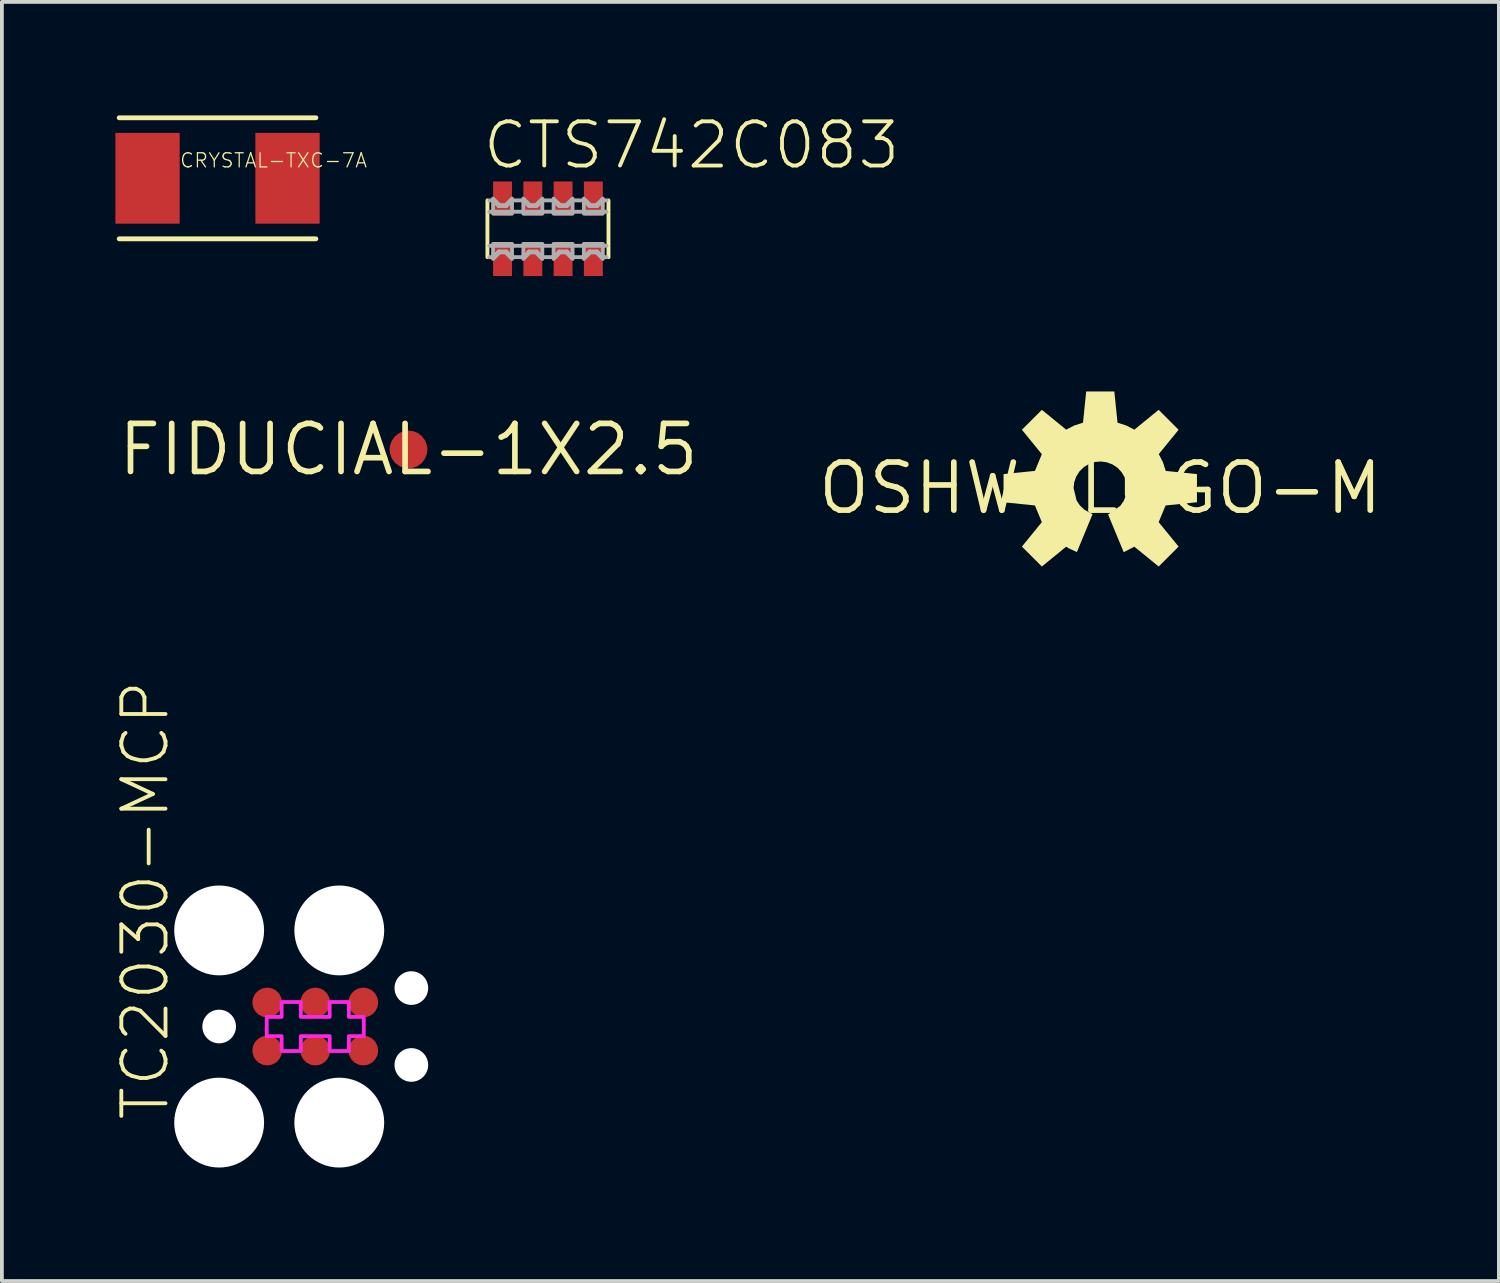
<source format=kicad_pcb>
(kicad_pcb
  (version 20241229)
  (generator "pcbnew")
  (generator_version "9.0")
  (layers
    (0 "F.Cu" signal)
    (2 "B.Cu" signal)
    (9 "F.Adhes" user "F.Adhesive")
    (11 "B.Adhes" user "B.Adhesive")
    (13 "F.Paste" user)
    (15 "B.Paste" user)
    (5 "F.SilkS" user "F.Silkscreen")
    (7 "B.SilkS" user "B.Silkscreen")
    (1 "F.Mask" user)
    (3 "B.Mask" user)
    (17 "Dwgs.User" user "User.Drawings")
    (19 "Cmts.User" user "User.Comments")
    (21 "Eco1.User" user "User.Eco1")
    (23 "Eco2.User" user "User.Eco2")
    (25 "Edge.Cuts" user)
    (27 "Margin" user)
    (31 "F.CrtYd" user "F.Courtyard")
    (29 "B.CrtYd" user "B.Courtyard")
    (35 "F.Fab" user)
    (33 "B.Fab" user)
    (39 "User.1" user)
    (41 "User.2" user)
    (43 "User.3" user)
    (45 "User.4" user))
  (footprint "FIDUCIAL-1X2.5"
    (layer "F.Cu")
    (at 7.748 8.832)
    (property "Reference" "FIDUCIAL-1X2.5" (at 0 0 0) (layer "F.SilkS") (effects (font (size 1.27 1.27) (thickness 0.15))))
    (fp_circle (center 0 0) (end 0.9 0) (stroke (width 1.27) (type solid)) (fill no) (layer "F.Mask"))
    (pad "1" smd roundrect (at 0 0) (size 1 1) (layers "F.Cu" "F.Mask") (roundrect_rratio 0.5)))
  (footprint "CTS742C083"
    (layer "F.Cu")
    (at 11.434 2.997)
    (property "Reference" "CTS742C083" (at -1.778 -1.524 0) (layer "F.SilkS") (effects (font (size 1.168 1.168) (thickness 0.102)) (justify left bottom)))
    (fp_poly (pts (xy -1.5 1.3) (xy -0.9 1.3) (xy -0.9 0.3) (xy -1.5 0.3)) (stroke (width 0) (type solid)) (fill yes) (layer "F.Mask"))
    (fp_poly (pts (xy -0.9 -1.3) (xy -1.5 -1.3) (xy -1.5 -0.3) (xy -0.9 -0.3)) (stroke (width 0) (type solid)) (fill yes) (layer "F.Mask"))
    (fp_poly (pts (xy -0.7 1.3) (xy -0.1 1.3) (xy -0.1 0.3) (xy -0.7 0.3)) (stroke (width 0) (type solid)) (fill yes) (layer "F.Mask"))
    (fp_poly (pts (xy -0.1 -1.3) (xy -0.7 -1.3) (xy -0.7 -0.3) (xy -0.1 -0.3)) (stroke (width 0) (type solid)) (fill yes) (layer "F.Mask"))
    (fp_poly (pts (xy 0.1 1.3) (xy 0.7 1.3) (xy 0.7 0.3) (xy 0.1 0.3)) (stroke (width 0) (type solid)) (fill yes) (layer "F.Mask"))
    (fp_poly (pts (xy 0.7 -1.3) (xy 0.1 -1.3) (xy 0.1 -0.3) (xy 0.7 -0.3)) (stroke (width 0) (type solid)) (fill yes) (layer "F.Mask"))
    (fp_poly (pts (xy 0.9 1.3) (xy 1.5 1.3) (xy 1.5 0.3) (xy 0.9 0.3)) (stroke (width 0) (type solid)) (fill yes) (layer "F.Mask"))
    (fp_poly (pts (xy 1.5 -1.3) (xy 0.9 -1.3) (xy 0.9 -0.3) (xy 1.5 -0.3)) (stroke (width 0) (type solid)) (fill yes) (layer "F.Mask"))
    (fp_line (start -1.6 0.75) (end -1.6 -0.75) (stroke (width 0.102) (type solid)) (layer "F.SilkS"))
    (fp_line (start 1.6 -0.75) (end 1.6 0.75) (stroke (width 0.102) (type solid)) (layer "F.SilkS"))
    (fp_line (start -1.55 -0.75) (end -1.45 -0.75) (stroke (width 0.102) (type solid)) (layer "F.Fab"))
    (fp_line (start -1.55 -0.45) (end 1.55 -0.45) (stroke (width 0.102) (type solid)) (layer "F.Fab"))
    (fp_line (start -1.45 -0.75) (end -1.3 -0.6) (stroke (width 0.102) (type solid)) (layer "F.Fab"))
    (fp_line (start -1.45 0.75) (end -1.55 0.75) (stroke (width 0.102) (type solid)) (layer "F.Fab"))
    (fp_line (start -1.3 -0.6) (end -1.1 -0.6) (stroke (width 0.102) (type solid)) (layer "F.Fab"))
    (fp_line (start -1.3 0.6) (end -1.45 0.75) (stroke (width 0.102) (type solid)) (layer "F.Fab"))
    (fp_line (start -1.1 -0.6) (end -0.95 -0.75) (stroke (width 0.102) (type solid)) (layer "F.Fab"))
    (fp_line (start -1.1 0.6) (end -1.3 0.6) (stroke (width 0.102) (type solid)) (layer "F.Fab"))
    (fp_line (start -0.95 -0.75) (end -0.65 -0.75) (stroke (width 0.102) (type solid)) (layer "F.Fab"))
    (fp_line (start -0.95 0.75) (end -1.1 0.6) (stroke (width 0.102) (type solid)) (layer "F.Fab"))
    (fp_line (start -0.65 -0.75) (end -0.5 -0.6) (stroke (width 0.102) (type solid)) (layer "F.Fab"))
    (fp_line (start -0.65 0.75) (end -0.95 0.75) (stroke (width 0.102) (type solid)) (layer "F.Fab"))
    (fp_line (start -0.5 -0.6) (end -0.3 -0.6) (stroke (width 0.102) (type solid)) (layer "F.Fab"))
    (fp_line (start -0.5 0.6) (end -0.65 0.75) (stroke (width 0.102) (type solid)) (layer "F.Fab"))
    (fp_line (start -0.3 -0.6) (end -0.15 -0.75) (stroke (width 0.102) (type solid)) (layer "F.Fab"))
    (fp_line (start -0.3 0.6) (end -0.5 0.6) (stroke (width 0.102) (type solid)) (layer "F.Fab"))
    (fp_line (start -0.15 -0.75) (end 0.15 -0.75) (stroke (width 0.102) (type solid)) (layer "F.Fab"))
    (fp_line (start -0.15 0.75) (end -0.3 0.6) (stroke (width 0.102) (type solid)) (layer "F.Fab"))
    (fp_line (start 0.15 -0.75) (end 0.3 -0.6) (stroke (width 0.102) (type solid)) (layer "F.Fab"))
    (fp_line (start 0.15 0.75) (end -0.15 0.75) (stroke (width 0.102) (type solid)) (layer "F.Fab"))
    (fp_line (start 0.3 -0.6) (end 0.5 -0.6) (stroke (width 0.102) (type solid)) (layer "F.Fab"))
    (fp_line (start 0.3 0.6) (end 0.15 0.75) (stroke (width 0.102) (type solid)) (layer "F.Fab"))
    (fp_line (start 0.5 -0.6) (end 0.65 -0.75) (stroke (width 0.102) (type solid)) (layer "F.Fab"))
    (fp_line (start 0.5 0.6) (end 0.3 0.6) (stroke (width 0.102) (type solid)) (layer "F.Fab"))
    (fp_line (start 0.65 -0.75) (end 0.95 -0.75) (stroke (width 0.102) (type solid)) (layer "F.Fab"))
    (fp_line (start 0.65 0.75) (end 0.5 0.6) (stroke (width 0.102) (type solid)) (layer "F.Fab"))
    (fp_line (start 0.95 -0.75) (end 1.1 -0.6) (stroke (width 0.102) (type solid)) (layer "F.Fab"))
    (fp_line (start 0.95 0.75) (end 0.65 0.75) (stroke (width 0.102) (type solid)) (layer "F.Fab"))
    (fp_line (start 1.1 -0.6) (end 1.3 -0.6) (stroke (width 0.102) (type solid)) (layer "F.Fab"))
    (fp_line (start 1.1 0.6) (end 0.95 0.75) (stroke (width 0.102) (type solid)) (layer "F.Fab"))
    (fp_line (start 1.3 -0.6) (end 1.45 -0.75) (stroke (width 0.102) (type solid)) (layer "F.Fab"))
    (fp_line (start 1.3 0.6) (end 1.1 0.6) (stroke (width 0.102) (type solid)) (layer "F.Fab"))
    (fp_line (start 1.45 -0.75) (end 1.55 -0.75) (stroke (width 0.102) (type solid)) (layer "F.Fab"))
    (fp_line (start 1.45 0.75) (end 1.3 0.6) (stroke (width 0.102) (type solid)) (layer "F.Fab"))
    (fp_line (start 1.55 0.45) (end -1.55 0.45) (stroke (width 0.102) (type solid)) (layer "F.Fab"))
    (fp_line (start 1.55 0.75) (end 1.45 0.75) (stroke (width 0.102) (type solid)) (layer "F.Fab"))
    (fp_poly (pts (xy -0.949 -0.399) (xy -1.451 -0.399) (xy -1.451 -0.798) (xy -1.279 -0.626) (xy -1.121 -0.626) (xy -0.949 -0.798)) (stroke (width 0.1) (type solid)) (fill no) (layer "F.Fab"))
    (fp_poly (pts (xy -0.949 0.798) (xy -1.121 0.626) (xy -1.279 0.626) (xy -1.451 0.798) (xy -1.451 0.399) (xy -0.949 0.399)) (stroke (width 0.1) (type solid)) (fill no) (layer "F.Fab"))
    (fp_poly (pts (xy -0.149 -0.399) (xy -0.651 -0.399) (xy -0.651 -0.798) (xy -0.479 -0.626) (xy -0.321 -0.626) (xy -0.149 -0.798)) (stroke (width 0.1) (type solid)) (fill no) (layer "F.Fab"))
    (fp_poly (pts (xy -0.149 0.798) (xy -0.321 0.626) (xy -0.479 0.626) (xy -0.651 0.798) (xy -0.651 0.399) (xy -0.149 0.399)) (stroke (width 0.1) (type solid)) (fill no) (layer "F.Fab"))
    (fp_poly (pts (xy 0.651 -0.399) (xy 0.149 -0.399) (xy 0.149 -0.798) (xy 0.321 -0.626) (xy 0.479 -0.626) (xy 0.651 -0.798)) (stroke (width 0.1) (type solid)) (fill no) (layer "F.Fab"))
    (fp_poly (pts (xy 0.651 0.798) (xy 0.479 0.626) (xy 0.321 0.626) (xy 0.149 0.798) (xy 0.149 0.399) (xy 0.651 0.399)) (stroke (width 0.1) (type solid)) (fill no) (layer "F.Fab"))
    (fp_poly (pts (xy 1.451 -0.399) (xy 0.949 -0.399) (xy 0.949 -0.798) (xy 1.121 -0.626) (xy 1.279 -0.626) (xy 1.451 -0.798)) (stroke (width 0.1) (type solid)) (fill no) (layer "F.Fab"))
    (fp_poly (pts (xy 1.451 0.798) (xy 1.279 0.626) (xy 1.121 0.626) (xy 0.949 0.798) (xy 0.949 0.399) (xy 1.451 0.399)) (stroke (width 0.1) (type solid)) (fill no) (layer "F.Fab"))
    (pad "1" smd rect (at -1.2 0.8) (size 0.5 0.9) (layers "F.Cu" "F.Paste"))
    (pad "2" smd rect (at -0.4 0.8) (size 0.5 0.9) (layers "F.Cu" "F.Paste"))
    (pad "3" smd rect (at 0.4 0.8) (size 0.5 0.9) (layers "F.Cu" "F.Paste"))
    (pad "4" smd rect (at 1.2 0.8) (size 0.5 0.9) (layers "F.Cu" "F.Paste"))
    (pad "5" smd rect (at 1.2 -0.8) (size 0.5 0.9) (layers "F.Cu" "F.Paste"))
    (pad "6" smd rect (at 0.4 -0.8) (size 0.5 0.9) (layers "F.Cu" "F.Paste"))
    (pad "7" smd rect (at -0.4 -0.8) (size 0.5 0.9) (layers "F.Cu" "F.Paste"))
    (pad "8" smd rect (at -1.2 -0.8) (size 0.5 0.9) (layers "F.Cu" "F.Paste")))
  (footprint "CRYSTAL-TXC-7A"
    (layer "F.Cu")
    (at 2.7 1.663)
    (property "Reference" "CRYSTAL-TXC-7A" (at -1.016 -0.254 0) (layer "F.SilkS") (effects (font (size 0.374 0.374) (thickness 0.033)) (justify left bottom)))
    (fp_line (start -2.6 -1.6) (end 2.6 -1.6) (stroke (width 0.127) (type solid)) (layer "F.SilkS"))
    (fp_line (start 2.6 1.6) (end -2.6 1.6) (stroke (width 0.127) (type solid)) (layer "F.SilkS"))
    (pad "P$1" smd rect (at 1.85 0) (size 1.7 2.4) (layers "F.Cu" "F.Mask" "F.Paste"))
    (pad "P$2" smd rect (at -1.85 0) (size 1.7 2.4) (layers "F.Cu" "F.Mask" "F.Paste")))
  (footprint "OSHW-LOGO-M"
    (layer "F.Cu")
    (at 26.033 9.854)
    (property "Reference" "OSHW-LOGO-M" (at 0 0 0) (layer "F.SilkS") (effects (font (size 1.27 1.27) (thickness 0.15))))
    (fp_poly (pts (xy 0.456 -1.731) (xy 0.687 -1.657) (xy 0.901 -1.547) (xy 1.544 -2.071) (xy 2.071 -1.544) (xy 1.547 -0.901) (xy 1.657 -0.687) (xy 1.731 -0.456) (xy 2.556 -0.372) (xy 2.556 0.372) (xy 1.727 0.457) (xy 1.544 0.898) (xy 2.071 1.544) (xy 1.544 2.071) (xy 0.901 1.547) (xy 0.62 1.692) (xy 0.207 0.695) (xy 0.532 0.464) (xy 0.621 0.336) (xy 0.68 0.187) (xy 0.705 0.029) (xy 0.694 -0.131) (xy 0.646 -0.284) (xy 0.566 -0.422) (xy 0.456 -0.539) (xy 0.323 -0.628) (xy 0.173 -0.684) (xy 0.015 -0.706) (xy -0.145 -0.691) (xy -0.297 -0.64) (xy -0.434 -0.557) (xy -0.548 -0.445) (xy -0.634 -0.31) (xy -0.688 -0.159) (xy -0.705 -0.005) (xy -0.626 0.324) (xy -0.537 0.458) (xy -0.415 0.571) (xy -0.204 0.689) (xy -0.618 1.689) (xy -0.821 1.595) (xy -0.903 1.548) (xy -1.544 2.071) (xy -2.071 1.544) (xy -1.544 0.898) (xy -1.727 0.457) (xy -2.556 0.372) (xy -2.556 -0.372) (xy -1.727 -0.457) (xy -1.544 -0.898) (xy -2.071 -1.544) (xy -1.544 -2.071) (xy -0.901 -1.547) (xy -0.687 -1.657) (xy -0.456 -1.731) (xy -0.372 -2.556) (xy 0.372 -2.556)) (stroke (width 0) (type solid)) (fill yes) (layer "F.SilkS")))
  (footprint "TC2030-MCP"
    (layer "F.Cu")
    (at 2.743 24.084)
    (property "Reference" "TC2030-MCP" (at -1.27 2.54 90) (layer "F.SilkS") (effects (font (size 1.168 1.168) (thickness 0.102)) (justify left bottom)))
    (fp_poly (pts (xy 2.159 -0.254) (xy 2.921 -0.254) (xy 2.921 -0.648) (xy 3.429 -0.648) (xy 3.429 -0.254) (xy 3.823 -0.254) (xy 3.823 0.254) (xy 3.429 0.254) (xy 3.429 0.648) (xy 2.921 0.648) (xy 2.921 0.254) (xy 2.159 0.254) (xy 2.159 0.648) (xy 1.651 0.648) (xy 1.651 0.254) (xy 1.257 0.254) (xy 1.257 -0.254) (xy 1.651 -0.254) (xy 1.651 -0.648) (xy 2.159 -0.648)) (stroke (width 0.1) (type solid)) (fill no) (layer "F.CrtYd"))
    (pad "" np_thru_hole circle (at 0 -2.54) (size 2.375 2.375) (drill 2.375) (layers "*.Cu" "*.Mask"))
    (pad "" np_thru_hole circle (at 0 0) (size 0.889 0.889) (drill 0.889) (layers "*.Cu" "*.Mask"))
    (pad "" np_thru_hole circle (at 0 2.54) (size 2.375 2.375) (drill 2.375) (layers "*.Cu" "*.Mask"))
    (pad "" np_thru_hole circle (at 3.175 -2.54) (size 2.375 2.375) (drill 2.375) (layers "*.Cu" "*.Mask"))
    (pad "" np_thru_hole circle (at 3.175 2.54) (size 2.375 2.375) (drill 2.375) (layers "*.Cu" "*.Mask"))
    (pad "" np_thru_hole circle (at 5.08 -1.016) (size 0.889 0.889) (drill 0.889) (layers "*.Cu" "*.Mask"))
    (pad "" np_thru_hole circle (at 5.08 1.016) (size 0.889 0.889) (drill 0.889) (layers "*.Cu" "*.Mask"))
    (pad "1" smd roundrect (at 1.27 0.635) (size 0.787 0.787) (layers "F.Cu" "F.Mask") (roundrect_rratio 0.5))
    (pad "2" smd roundrect (at 1.27 -0.635) (size 0.787 0.787) (layers "F.Cu" "F.Mask") (roundrect_rratio 0.5))
    (pad "3" smd roundrect (at 2.54 0.635) (size 0.787 0.787) (layers "F.Cu" "F.Mask") (roundrect_rratio 0.5))
    (pad "4" smd roundrect (at 2.54 -0.635) (size 0.787 0.787) (layers "F.Cu" "F.Mask") (roundrect_rratio 0.5))
    (pad "5" smd roundrect (at 3.81 0.635) (size 0.787 0.787) (layers "F.Cu" "F.Mask") (roundrect_rratio 0.5))
    (pad "6" smd roundrect (at 3.81 -0.635) (size 0.787 0.787) (layers "F.Cu" "F.Mask") (roundrect_rratio 0.5)))
  (gr_rect
    (start -3 -3)
    (end 36.57 30.811)
    (stroke (width 0.1) (type default))
    (fill no)
    (layer "Edge.Cuts")))
</source>
